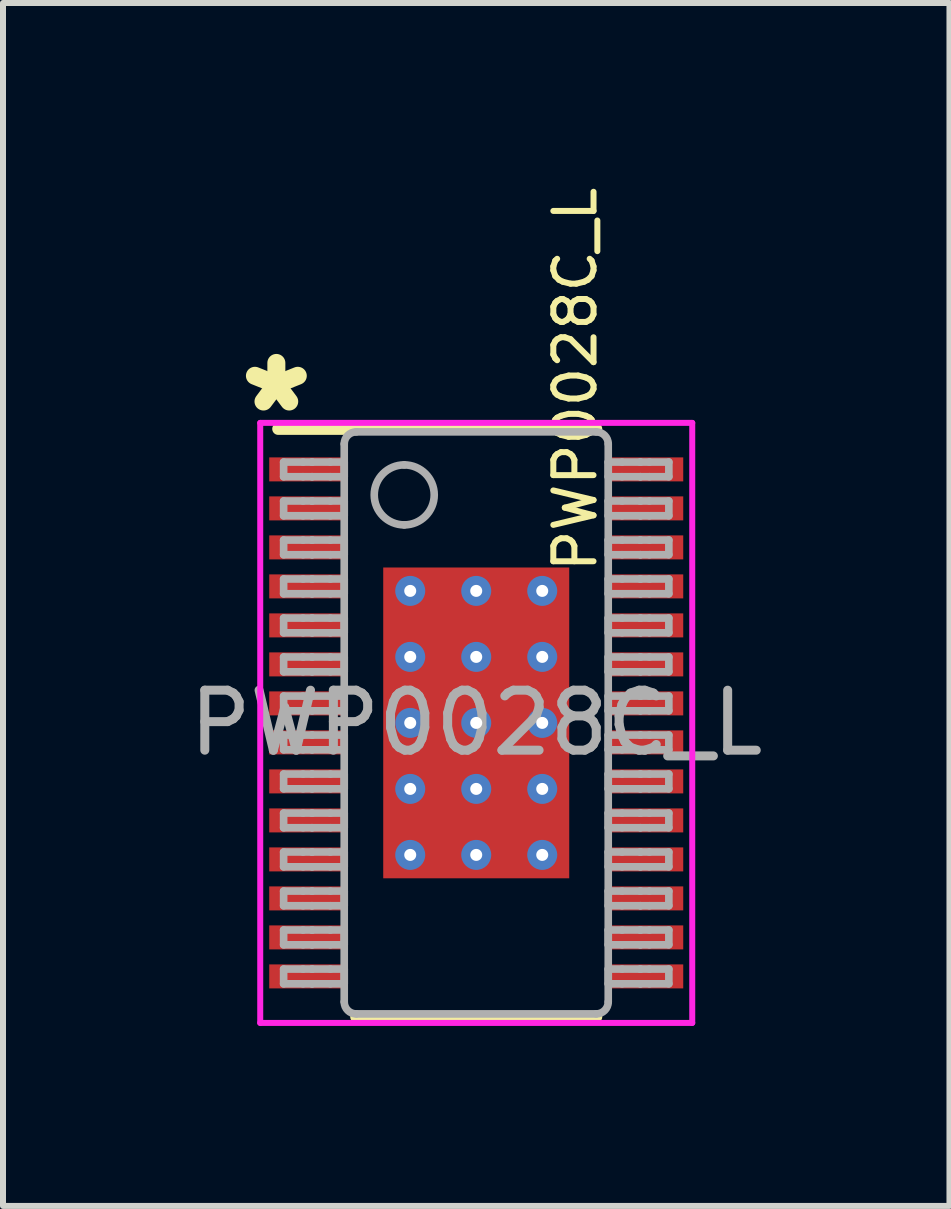
<source format=kicad_pcb>
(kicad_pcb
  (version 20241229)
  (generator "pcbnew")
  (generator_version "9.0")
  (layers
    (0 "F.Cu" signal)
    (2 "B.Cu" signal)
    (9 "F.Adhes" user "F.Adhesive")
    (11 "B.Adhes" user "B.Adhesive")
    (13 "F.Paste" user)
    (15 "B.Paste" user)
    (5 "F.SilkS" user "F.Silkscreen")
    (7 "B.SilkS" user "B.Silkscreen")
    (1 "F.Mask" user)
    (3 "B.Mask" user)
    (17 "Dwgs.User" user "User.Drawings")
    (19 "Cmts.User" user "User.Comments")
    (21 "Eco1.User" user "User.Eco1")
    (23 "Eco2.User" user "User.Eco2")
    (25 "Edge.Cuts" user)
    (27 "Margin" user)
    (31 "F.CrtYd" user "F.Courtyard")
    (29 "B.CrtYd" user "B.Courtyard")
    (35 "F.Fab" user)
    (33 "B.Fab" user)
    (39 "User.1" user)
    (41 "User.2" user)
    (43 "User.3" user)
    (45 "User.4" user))
  (footprint "PWP0028C_L"
    (layer "F.Cu")
    (at 4.887 8.998)
    (property "Reference" "PWP0028C_L" (at 1.65 -5.725 90) (unlocked yes) (layer "F.SilkS") (effects (font (size 0.67 0.67) (thickness 0.1))))
    (attr smd)
    (fp_line (start -3.3 -4.9) (end 2 -4.9) (stroke (width 0.2) (type solid)) (layer "F.SilkS"))
    (fp_line (start -2 4.9) (end 2 4.9) (stroke (width 0.2) (type solid)) (layer "F.SilkS"))
    (fp_line (start -3.6 -5) (end 3.6 -5) (stroke (width 0.1) (type solid)) (layer "F.CrtYd"))
    (fp_line (start -3.6 5) (end -3.6 -5) (stroke (width 0.1) (type solid)) (layer "F.CrtYd"))
    (fp_line (start -3.6 5) (end 3.6 5) (stroke (width 0.1) (type solid)) (layer "F.CrtYd"))
    (fp_line (start 3.6 5) (end 3.6 -5) (stroke (width 0.1) (type solid)) (layer "F.CrtYd"))
    (fp_line (start -3.21 -4.347) (end -2.887 -4.347) (stroke (width 0.127) (type solid)) (layer "F.Fab"))
    (fp_line (start -3.21 -4.103) (end -3.21 -4.347) (stroke (width 0.127) (type solid)) (layer "F.Fab"))
    (fp_line (start -3.21 -4.103) (end -2.887 -4.103) (stroke (width 0.127) (type solid)) (layer "F.Fab"))
    (fp_line (start -3.21 -3.698) (end -2.887 -3.698) (stroke (width 0.127) (type solid)) (layer "F.Fab"))
    (fp_line (start -3.21 -3.452) (end -3.21 -3.698) (stroke (width 0.127) (type solid)) (layer "F.Fab"))
    (fp_line (start -3.21 -3.452) (end -2.887 -3.452) (stroke (width 0.127) (type solid)) (layer "F.Fab"))
    (fp_line (start -3.21 -3.047) (end -2.887 -3.047) (stroke (width 0.127) (type solid)) (layer "F.Fab"))
    (fp_line (start -3.21 -2.803) (end -3.21 -3.047) (stroke (width 0.127) (type solid)) (layer "F.Fab"))
    (fp_line (start -3.21 -2.803) (end -2.887 -2.803) (stroke (width 0.127) (type solid)) (layer "F.Fab"))
    (fp_line (start -3.21 -2.398) (end -2.887 -2.398) (stroke (width 0.127) (type solid)) (layer "F.Fab"))
    (fp_line (start -3.21 -2.152) (end -3.21 -2.398) (stroke (width 0.127) (type solid)) (layer "F.Fab"))
    (fp_line (start -3.21 -2.152) (end -2.887 -2.152) (stroke (width 0.127) (type solid)) (layer "F.Fab"))
    (fp_line (start -3.21 -1.747) (end -2.887 -1.747) (stroke (width 0.127) (type solid)) (layer "F.Fab"))
    (fp_line (start -3.21 -1.502) (end -3.21 -1.747) (stroke (width 0.127) (type solid)) (layer "F.Fab"))
    (fp_line (start -3.21 -1.502) (end -2.887 -1.502) (stroke (width 0.127) (type solid)) (layer "F.Fab"))
    (fp_line (start -3.21 -1.098) (end -2.887 -1.098) (stroke (width 0.127) (type solid)) (layer "F.Fab"))
    (fp_line (start -3.21 -0.852) (end -3.21 -1.098) (stroke (width 0.127) (type solid)) (layer "F.Fab"))
    (fp_line (start -3.21 -0.852) (end -2.887 -0.852) (stroke (width 0.127) (type solid)) (layer "F.Fab"))
    (fp_line (start -3.21 -0.447) (end -2.887 -0.447) (stroke (width 0.127) (type solid)) (layer "F.Fab"))
    (fp_line (start -3.21 -0.202) (end -3.21 -0.447) (stroke (width 0.127) (type solid)) (layer "F.Fab"))
    (fp_line (start -3.21 -0.202) (end -2.887 -0.202) (stroke (width 0.127) (type solid)) (layer "F.Fab"))
    (fp_line (start -3.21 0.203) (end -2.887 0.203) (stroke (width 0.127) (type solid)) (layer "F.Fab"))
    (fp_line (start -3.21 0.448) (end -3.21 0.203) (stroke (width 0.127) (type solid)) (layer "F.Fab"))
    (fp_line (start -3.21 0.448) (end -2.887 0.448) (stroke (width 0.127) (type solid)) (layer "F.Fab"))
    (fp_line (start -3.21 0.853) (end -2.887 0.853) (stroke (width 0.127) (type solid)) (layer "F.Fab"))
    (fp_line (start -3.21 1.098) (end -3.21 0.853) (stroke (width 0.127) (type solid)) (layer "F.Fab"))
    (fp_line (start -3.21 1.098) (end -2.887 1.098) (stroke (width 0.127) (type solid)) (layer "F.Fab"))
    (fp_line (start -3.21 1.503) (end -2.887 1.503) (stroke (width 0.127) (type solid)) (layer "F.Fab"))
    (fp_line (start -3.21 1.747) (end -3.21 1.503) (stroke (width 0.127) (type solid)) (layer "F.Fab"))
    (fp_line (start -3.21 1.747) (end -2.887 1.747) (stroke (width 0.127) (type solid)) (layer "F.Fab"))
    (fp_line (start -3.21 2.152) (end -2.887 2.152) (stroke (width 0.127) (type solid)) (layer "F.Fab"))
    (fp_line (start -3.21 2.398) (end -3.21 2.152) (stroke (width 0.127) (type solid)) (layer "F.Fab"))
    (fp_line (start -3.21 2.398) (end -2.887 2.398) (stroke (width 0.127) (type solid)) (layer "F.Fab"))
    (fp_line (start -3.21 2.803) (end -2.887 2.803) (stroke (width 0.127) (type solid)) (layer "F.Fab"))
    (fp_line (start -3.21 3.047) (end -3.21 2.803) (stroke (width 0.127) (type solid)) (layer "F.Fab"))
    (fp_line (start -3.21 3.047) (end -2.887 3.047) (stroke (width 0.127) (type solid)) (layer "F.Fab"))
    (fp_line (start -3.21 3.452) (end -2.887 3.452) (stroke (width 0.127) (type solid)) (layer "F.Fab"))
    (fp_line (start -3.21 3.698) (end -3.21 3.452) (stroke (width 0.127) (type solid)) (layer "F.Fab"))
    (fp_line (start -3.21 3.698) (end -2.887 3.698) (stroke (width 0.127) (type solid)) (layer "F.Fab"))
    (fp_line (start -3.21 4.103) (end -2.887 4.103) (stroke (width 0.127) (type solid)) (layer "F.Fab"))
    (fp_line (start -3.21 4.348) (end -3.21 4.103) (stroke (width 0.127) (type solid)) (layer "F.Fab"))
    (fp_line (start -3.21 4.348) (end -2.887 4.348) (stroke (width 0.127) (type solid)) (layer "F.Fab"))
    (fp_line (start -2.887 -4.347) (end -2.739 -4.347) (stroke (width 0.127) (type solid)) (layer "F.Fab"))
    (fp_line (start -2.887 -4.103) (end -2.739 -4.103) (stroke (width 0.127) (type solid)) (layer "F.Fab"))
    (fp_line (start -2.887 -3.698) (end -2.739 -3.698) (stroke (width 0.127) (type solid)) (layer "F.Fab"))
    (fp_line (start -2.887 -3.452) (end -2.739 -3.452) (stroke (width 0.127) (type solid)) (layer "F.Fab"))
    (fp_line (start -2.887 -3.047) (end -2.739 -3.047) (stroke (width 0.127) (type solid)) (layer "F.Fab"))
    (fp_line (start -2.887 -2.803) (end -2.739 -2.803) (stroke (width 0.127) (type solid)) (layer "F.Fab"))
    (fp_line (start -2.887 -2.398) (end -2.739 -2.398) (stroke (width 0.127) (type solid)) (layer "F.Fab"))
    (fp_line (start -2.887 -2.152) (end -2.739 -2.152) (stroke (width 0.127) (type solid)) (layer "F.Fab"))
    (fp_line (start -2.887 -1.747) (end -2.739 -1.747) (stroke (width 0.127) (type solid)) (layer "F.Fab"))
    (fp_line (start -2.887 -1.502) (end -2.739 -1.502) (stroke (width 0.127) (type solid)) (layer "F.Fab"))
    (fp_line (start -2.887 -1.098) (end -2.739 -1.098) (stroke (width 0.127) (type solid)) (layer "F.Fab"))
    (fp_line (start -2.887 -0.852) (end -2.739 -0.852) (stroke (width 0.127) (type solid)) (layer "F.Fab"))
    (fp_line (start -2.887 -0.447) (end -2.739 -0.447) (stroke (width 0.127) (type solid)) (layer "F.Fab"))
    (fp_line (start -2.887 -0.202) (end -2.739 -0.202) (stroke (width 0.127) (type solid)) (layer "F.Fab"))
    (fp_line (start -2.887 0.203) (end -2.739 0.203) (stroke (width 0.127) (type solid)) (layer "F.Fab"))
    (fp_line (start -2.887 0.448) (end -2.739 0.448) (stroke (width 0.127) (type solid)) (layer "F.Fab"))
    (fp_line (start -2.887 0.853) (end -2.739 0.853) (stroke (width 0.127) (type solid)) (layer "F.Fab"))
    (fp_line (start -2.887 1.098) (end -2.739 1.098) (stroke (width 0.127) (type solid)) (layer "F.Fab"))
    (fp_line (start -2.887 1.503) (end -2.739 1.503) (stroke (width 0.127) (type solid)) (layer "F.Fab"))
    (fp_line (start -2.887 1.747) (end -2.739 1.747) (stroke (width 0.127) (type solid)) (layer "F.Fab"))
    (fp_line (start -2.887 2.152) (end -2.739 2.152) (stroke (width 0.127) (type solid)) (layer "F.Fab"))
    (fp_line (start -2.887 2.398) (end -2.739 2.398) (stroke (width 0.127) (type solid)) (layer "F.Fab"))
    (fp_line (start -2.887 2.803) (end -2.739 2.803) (stroke (width 0.127) (type solid)) (layer "F.Fab"))
    (fp_line (start -2.887 3.047) (end -2.739 3.047) (stroke (width 0.127) (type solid)) (layer "F.Fab"))
    (fp_line (start -2.887 3.452) (end -2.739 3.452) (stroke (width 0.127) (type solid)) (layer "F.Fab"))
    (fp_line (start -2.887 3.698) (end -2.739 3.698) (stroke (width 0.127) (type solid)) (layer "F.Fab"))
    (fp_line (start -2.887 4.103) (end -2.739 4.103) (stroke (width 0.127) (type solid)) (layer "F.Fab"))
    (fp_line (start -2.887 4.348) (end -2.739 4.348) (stroke (width 0.127) (type solid)) (layer "F.Fab"))
    (fp_line (start -2.739 -4.347) (end -2.733 -4.347) (stroke (width 0.127) (type solid)) (layer "F.Fab"))
    (fp_line (start -2.739 -4.103) (end -2.733 -4.103) (stroke (width 0.127) (type solid)) (layer "F.Fab"))
    (fp_line (start -2.739 -3.698) (end -2.733 -3.698) (stroke (width 0.127) (type solid)) (layer "F.Fab"))
    (fp_line (start -2.739 -3.452) (end -2.733 -3.452) (stroke (width 0.127) (type solid)) (layer "F.Fab"))
    (fp_line (start -2.739 -3.047) (end -2.733 -3.047) (stroke (width 0.127) (type solid)) (layer "F.Fab"))
    (fp_line (start -2.739 -2.803) (end -2.733 -2.803) (stroke (width 0.127) (type solid)) (layer "F.Fab"))
    (fp_line (start -2.739 -2.398) (end -2.733 -2.398) (stroke (width 0.127) (type solid)) (layer "F.Fab"))
    (fp_line (start -2.739 -2.152) (end -2.733 -2.152) (stroke (width 0.127) (type solid)) (layer "F.Fab"))
    (fp_line (start -2.739 -1.747) (end -2.733 -1.747) (stroke (width 0.127) (type solid)) (layer "F.Fab"))
    (fp_line (start -2.739 -1.502) (end -2.733 -1.502) (stroke (width 0.127) (type solid)) (layer "F.Fab"))
    (fp_line (start -2.739 -1.098) (end -2.733 -1.098) (stroke (width 0.127) (type solid)) (layer "F.Fab"))
    (fp_line (start -2.739 -0.852) (end -2.733 -0.852) (stroke (width 0.127) (type solid)) (layer "F.Fab"))
    (fp_line (start -2.739 -0.447) (end -2.733 -0.447) (stroke (width 0.127) (type solid)) (layer "F.Fab"))
    (fp_line (start -2.739 -0.202) (end -2.733 -0.202) (stroke (width 0.127) (type solid)) (layer "F.Fab"))
    (fp_line (start -2.739 0.203) (end -2.733 0.203) (stroke (width 0.127) (type solid)) (layer "F.Fab"))
    (fp_line (start -2.739 0.448) (end -2.733 0.448) (stroke (width 0.127) (type solid)) (layer "F.Fab"))
    (fp_line (start -2.739 0.853) (end -2.733 0.853) (stroke (width 0.127) (type solid)) (layer "F.Fab"))
    (fp_line (start -2.739 1.098) (end -2.733 1.098) (stroke (width 0.127) (type solid)) (layer "F.Fab"))
    (fp_line (start -2.739 1.503) (end -2.733 1.503) (stroke (width 0.127) (type solid)) (layer "F.Fab"))
    (fp_line (start -2.739 1.747) (end -2.733 1.747) (stroke (width 0.127) (type solid)) (layer "F.Fab"))
    (fp_line (start -2.739 2.152) (end -2.733 2.152) (stroke (width 0.127) (type solid)) (layer "F.Fab"))
    (fp_line (start -2.739 2.398) (end -2.733 2.398) (stroke (width 0.127) (type solid)) (layer "F.Fab"))
    (fp_line (start -2.739 2.803) (end -2.733 2.803) (stroke (width 0.127) (type solid)) (layer "F.Fab"))
    (fp_line (start -2.739 3.047) (end -2.733 3.047) (stroke (width 0.127) (type solid)) (layer "F.Fab"))
    (fp_line (start -2.739 3.452) (end -2.733 3.452) (stroke (width 0.127) (type solid)) (layer "F.Fab"))
    (fp_line (start -2.739 3.698) (end -2.733 3.698) (stroke (width 0.127) (type solid)) (layer "F.Fab"))
    (fp_line (start -2.739 4.103) (end -2.733 4.103) (stroke (width 0.127) (type solid)) (layer "F.Fab"))
    (fp_line (start -2.739 4.348) (end -2.733 4.348) (stroke (width 0.127) (type solid)) (layer "F.Fab"))
    (fp_line (start -2.733 -4.347) (end -2.431 -4.347) (stroke (width 0.127) (type solid)) (layer "F.Fab"))
    (fp_line (start -2.733 -4.103) (end -2.431 -4.103) (stroke (width 0.127) (type solid)) (layer "F.Fab"))
    (fp_line (start -2.733 -3.698) (end -2.431 -3.698) (stroke (width 0.127) (type solid)) (layer "F.Fab"))
    (fp_line (start -2.733 -3.452) (end -2.431 -3.452) (stroke (width 0.127) (type solid)) (layer "F.Fab"))
    (fp_line (start -2.733 -3.047) (end -2.431 -3.047) (stroke (width 0.127) (type solid)) (layer "F.Fab"))
    (fp_line (start -2.733 -2.803) (end -2.431 -2.803) (stroke (width 0.127) (type solid)) (layer "F.Fab"))
    (fp_line (start -2.733 -2.398) (end -2.431 -2.398) (stroke (width 0.127) (type solid)) (layer "F.Fab"))
    (fp_line (start -2.733 -2.152) (end -2.431 -2.152) (stroke (width 0.127) (type solid)) (layer "F.Fab"))
    (fp_line (start -2.733 -1.747) (end -2.431 -1.747) (stroke (width 0.127) (type solid)) (layer "F.Fab"))
    (fp_line (start -2.733 -1.502) (end -2.431 -1.502) (stroke (width 0.127) (type solid)) (layer "F.Fab"))
    (fp_line (start -2.733 -1.098) (end -2.431 -1.098) (stroke (width 0.127) (type solid)) (layer "F.Fab"))
    (fp_line (start -2.733 -0.852) (end -2.431 -0.852) (stroke (width 0.127) (type solid)) (layer "F.Fab"))
    (fp_line (start -2.733 -0.447) (end -2.431 -0.447) (stroke (width 0.127) (type solid)) (layer "F.Fab"))
    (fp_line (start -2.733 -0.202) (end -2.431 -0.202) (stroke (width 0.127) (type solid)) (layer "F.Fab"))
    (fp_line (start -2.733 0.203) (end -2.431 0.203) (stroke (width 0.127) (type solid)) (layer "F.Fab"))
    (fp_line (start -2.733 0.448) (end -2.431 0.448) (stroke (width 0.127) (type solid)) (layer "F.Fab"))
    (fp_line (start -2.733 0.853) (end -2.431 0.853) (stroke (width 0.127) (type solid)) (layer "F.Fab"))
    (fp_line (start -2.733 1.098) (end -2.431 1.098) (stroke (width 0.127) (type solid)) (layer "F.Fab"))
    (fp_line (start -2.733 1.503) (end -2.431 1.503) (stroke (width 0.127) (type solid)) (layer "F.Fab"))
    (fp_line (start -2.733 1.747) (end -2.431 1.747) (stroke (width 0.127) (type solid)) (layer "F.Fab"))
    (fp_line (start -2.733 2.152) (end -2.431 2.152) (stroke (width 0.127) (type solid)) (layer "F.Fab"))
    (fp_line (start -2.733 2.398) (end -2.431 2.398) (stroke (width 0.127) (type solid)) (layer "F.Fab"))
    (fp_line (start -2.733 2.803) (end -2.431 2.803) (stroke (width 0.127) (type solid)) (layer "F.Fab"))
    (fp_line (start -2.733 3.047) (end -2.431 3.047) (stroke (width 0.127) (type solid)) (layer "F.Fab"))
    (fp_line (start -2.733 3.452) (end -2.431 3.452) (stroke (width 0.127) (type solid)) (layer "F.Fab"))
    (fp_line (start -2.733 3.698) (end -2.431 3.698) (stroke (width 0.127) (type solid)) (layer "F.Fab"))
    (fp_line (start -2.733 4.103) (end -2.431 4.103) (stroke (width 0.127) (type solid)) (layer "F.Fab"))
    (fp_line (start -2.733 4.348) (end -2.431 4.348) (stroke (width 0.127) (type solid)) (layer "F.Fab"))
    (fp_line (start -2.431 -4.347) (end -2.2 -4.347) (stroke (width 0.127) (type solid)) (layer "F.Fab"))
    (fp_line (start -2.431 -4.103) (end -2.2 -4.103) (stroke (width 0.127) (type solid)) (layer "F.Fab"))
    (fp_line (start -2.431 -3.698) (end -2.2 -3.698) (stroke (width 0.127) (type solid)) (layer "F.Fab"))
    (fp_line (start -2.431 -3.452) (end -2.2 -3.452) (stroke (width 0.127) (type solid)) (layer "F.Fab"))
    (fp_line (start -2.431 -3.047) (end -2.2 -3.047) (stroke (width 0.127) (type solid)) (layer "F.Fab"))
    (fp_line (start -2.431 -2.803) (end -2.2 -2.803) (stroke (width 0.127) (type solid)) (layer "F.Fab"))
    (fp_line (start -2.431 -2.398) (end -2.2 -2.398) (stroke (width 0.127) (type solid)) (layer "F.Fab"))
    (fp_line (start -2.431 -2.152) (end -2.2 -2.152) (stroke (width 0.127) (type solid)) (layer "F.Fab"))
    (fp_line (start -2.431 -1.747) (end -2.2 -1.747) (stroke (width 0.127) (type solid)) (layer "F.Fab"))
    (fp_line (start -2.431 -1.502) (end -2.2 -1.502) (stroke (width 0.127) (type solid)) (layer "F.Fab"))
    (fp_line (start -2.431 -1.098) (end -2.2 -1.098) (stroke (width 0.127) (type solid)) (layer "F.Fab"))
    (fp_line (start -2.431 -0.852) (end -2.2 -0.852) (stroke (width 0.127) (type solid)) (layer "F.Fab"))
    (fp_line (start -2.431 -0.447) (end -2.2 -0.447) (stroke (width 0.127) (type solid)) (layer "F.Fab"))
    (fp_line (start -2.431 -0.202) (end -2.2 -0.202) (stroke (width 0.127) (type solid)) (layer "F.Fab"))
    (fp_line (start -2.431 0.203) (end -2.2 0.203) (stroke (width 0.127) (type solid)) (layer "F.Fab"))
    (fp_line (start -2.431 0.448) (end -2.2 0.448) (stroke (width 0.127) (type solid)) (layer "F.Fab"))
    (fp_line (start -2.431 0.853) (end -2.2 0.853) (stroke (width 0.127) (type solid)) (layer "F.Fab"))
    (fp_line (start -2.431 1.098) (end -2.2 1.098) (stroke (width 0.127) (type solid)) (layer "F.Fab"))
    (fp_line (start -2.431 1.503) (end -2.2 1.503) (stroke (width 0.127) (type solid)) (layer "F.Fab"))
    (fp_line (start -2.431 1.747) (end -2.2 1.747) (stroke (width 0.127) (type solid)) (layer "F.Fab"))
    (fp_line (start -2.431 2.152) (end -2.2 2.152) (stroke (width 0.127) (type solid)) (layer "F.Fab"))
    (fp_line (start -2.431 2.398) (end -2.2 2.398) (stroke (width 0.127) (type solid)) (layer "F.Fab"))
    (fp_line (start -2.431 2.803) (end -2.2 2.803) (stroke (width 0.127) (type solid)) (layer "F.Fab"))
    (fp_line (start -2.431 3.047) (end -2.2 3.047) (stroke (width 0.127) (type solid)) (layer "F.Fab"))
    (fp_line (start -2.431 3.452) (end -2.2 3.452) (stroke (width 0.127) (type solid)) (layer "F.Fab"))
    (fp_line (start -2.431 3.698) (end -2.2 3.698) (stroke (width 0.127) (type solid)) (layer "F.Fab"))
    (fp_line (start -2.431 4.103) (end -2.2 4.103) (stroke (width 0.127) (type solid)) (layer "F.Fab"))
    (fp_line (start -2.431 4.348) (end -2.2 4.348) (stroke (width 0.127) (type solid)) (layer "F.Fab"))
    (fp_line (start -2.2 -4.103) (end -2.2 -4.347) (stroke (width 0.127) (type solid)) (layer "F.Fab"))
    (fp_line (start -2.2 -3.452) (end -2.2 -3.698) (stroke (width 0.127) (type solid)) (layer "F.Fab"))
    (fp_line (start -2.2 -2.803) (end -2.2 -3.047) (stroke (width 0.127) (type solid)) (layer "F.Fab"))
    (fp_line (start -2.2 -2.152) (end -2.2 -2.398) (stroke (width 0.127) (type solid)) (layer "F.Fab"))
    (fp_line (start -2.2 -1.502) (end -2.2 -1.747) (stroke (width 0.127) (type solid)) (layer "F.Fab"))
    (fp_line (start -2.2 -0.852) (end -2.2 -1.098) (stroke (width 0.127) (type solid)) (layer "F.Fab"))
    (fp_line (start -2.2 -0.202) (end -2.2 -0.447) (stroke (width 0.127) (type solid)) (layer "F.Fab"))
    (fp_line (start -2.2 0.448) (end -2.2 0.203) (stroke (width 0.127) (type solid)) (layer "F.Fab"))
    (fp_line (start -2.2 1.098) (end -2.2 0.853) (stroke (width 0.127) (type solid)) (layer "F.Fab"))
    (fp_line (start -2.2 1.747) (end -2.2 1.503) (stroke (width 0.127) (type solid)) (layer "F.Fab"))
    (fp_line (start -2.2 2.398) (end -2.2 2.152) (stroke (width 0.127) (type solid)) (layer "F.Fab"))
    (fp_line (start -2.2 3.047) (end -2.2 2.803) (stroke (width 0.127) (type solid)) (layer "F.Fab"))
    (fp_line (start -2.2 3.698) (end -2.2 3.452) (stroke (width 0.127) (type solid)) (layer "F.Fab"))
    (fp_line (start -2.2 4.348) (end -2.2 4.103) (stroke (width 0.127) (type solid)) (layer "F.Fab"))
    (fp_line (start -2.2 4.65) (end -2.2 -4.65) (stroke (width 0.127) (type solid)) (layer "F.Fab"))
    (fp_line (start -2 -4.85) (end 2 -4.85) (stroke (width 0.127) (type solid)) (layer "F.Fab"))
    (fp_line (start -2 4.85) (end 2 4.85) (stroke (width 0.127) (type solid)) (layer "F.Fab"))
    (fp_line (start 2.2 -4.347) (end 2.43 -4.347) (stroke (width 0.127) (type solid)) (layer "F.Fab"))
    (fp_line (start 2.2 -4.103) (end 2.2 -4.347) (stroke (width 0.127) (type solid)) (layer "F.Fab"))
    (fp_line (start 2.2 -4.103) (end 2.43 -4.103) (stroke (width 0.127) (type solid)) (layer "F.Fab"))
    (fp_line (start 2.2 -3.698) (end 2.43 -3.698) (stroke (width 0.127) (type solid)) (layer "F.Fab"))
    (fp_line (start 2.2 -3.452) (end 2.2 -3.698) (stroke (width 0.127) (type solid)) (layer "F.Fab"))
    (fp_line (start 2.2 -3.452) (end 2.43 -3.452) (stroke (width 0.127) (type solid)) (layer "F.Fab"))
    (fp_line (start 2.2 -3.047) (end 2.43 -3.047) (stroke (width 0.127) (type solid)) (layer "F.Fab"))
    (fp_line (start 2.2 -2.803) (end 2.2 -3.047) (stroke (width 0.127) (type solid)) (layer "F.Fab"))
    (fp_line (start 2.2 -2.803) (end 2.43 -2.803) (stroke (width 0.127) (type solid)) (layer "F.Fab"))
    (fp_line (start 2.2 -2.398) (end 2.43 -2.398) (stroke (width 0.127) (type solid)) (layer "F.Fab"))
    (fp_line (start 2.2 -2.152) (end 2.2 -2.398) (stroke (width 0.127) (type solid)) (layer "F.Fab"))
    (fp_line (start 2.2 -2.152) (end 2.43 -2.152) (stroke (width 0.127) (type solid)) (layer "F.Fab"))
    (fp_line (start 2.2 -1.747) (end 2.43 -1.747) (stroke (width 0.127) (type solid)) (layer "F.Fab"))
    (fp_line (start 2.2 -1.502) (end 2.2 -1.747) (stroke (width 0.127) (type solid)) (layer "F.Fab"))
    (fp_line (start 2.2 -1.502) (end 2.43 -1.502) (stroke (width 0.127) (type solid)) (layer "F.Fab"))
    (fp_line (start 2.2 -1.098) (end 2.43 -1.098) (stroke (width 0.127) (type solid)) (layer "F.Fab"))
    (fp_line (start 2.2 -0.852) (end 2.2 -1.098) (stroke (width 0.127) (type solid)) (layer "F.Fab"))
    (fp_line (start 2.2 -0.852) (end 2.43 -0.852) (stroke (width 0.127) (type solid)) (layer "F.Fab"))
    (fp_line (start 2.2 -0.447) (end 2.43 -0.447) (stroke (width 0.127) (type solid)) (layer "F.Fab"))
    (fp_line (start 2.2 -0.202) (end 2.2 -0.447) (stroke (width 0.127) (type solid)) (layer "F.Fab"))
    (fp_line (start 2.2 -0.202) (end 2.43 -0.202) (stroke (width 0.127) (type solid)) (layer "F.Fab"))
    (fp_line (start 2.2 0.203) (end 2.43 0.203) (stroke (width 0.127) (type solid)) (layer "F.Fab"))
    (fp_line (start 2.2 0.448) (end 2.2 0.203) (stroke (width 0.127) (type solid)) (layer "F.Fab"))
    (fp_line (start 2.2 0.448) (end 2.43 0.448) (stroke (width 0.127) (type solid)) (layer "F.Fab"))
    (fp_line (start 2.2 0.853) (end 2.43 0.853) (stroke (width 0.127) (type solid)) (layer "F.Fab"))
    (fp_line (start 2.2 1.098) (end 2.2 0.853) (stroke (width 0.127) (type solid)) (layer "F.Fab"))
    (fp_line (start 2.2 1.098) (end 2.43 1.098) (stroke (width 0.127) (type solid)) (layer "F.Fab"))
    (fp_line (start 2.2 1.503) (end 2.43 1.503) (stroke (width 0.127) (type solid)) (layer "F.Fab"))
    (fp_line (start 2.2 1.747) (end 2.2 1.503) (stroke (width 0.127) (type solid)) (layer "F.Fab"))
    (fp_line (start 2.2 1.747) (end 2.43 1.747) (stroke (width 0.127) (type solid)) (layer "F.Fab"))
    (fp_line (start 2.2 2.152) (end 2.43 2.152) (stroke (width 0.127) (type solid)) (layer "F.Fab"))
    (fp_line (start 2.2 2.398) (end 2.2 2.152) (stroke (width 0.127) (type solid)) (layer "F.Fab"))
    (fp_line (start 2.2 2.398) (end 2.43 2.398) (stroke (width 0.127) (type solid)) (layer "F.Fab"))
    (fp_line (start 2.2 2.803) (end 2.43 2.803) (stroke (width 0.127) (type solid)) (layer "F.Fab"))
    (fp_line (start 2.2 3.047) (end 2.2 2.803) (stroke (width 0.127) (type solid)) (layer "F.Fab"))
    (fp_line (start 2.2 3.047) (end 2.43 3.047) (stroke (width 0.127) (type solid)) (layer "F.Fab"))
    (fp_line (start 2.2 3.452) (end 2.43 3.452) (stroke (width 0.127) (type solid)) (layer "F.Fab"))
    (fp_line (start 2.2 3.698) (end 2.2 3.452) (stroke (width 0.127) (type solid)) (layer "F.Fab"))
    (fp_line (start 2.2 3.698) (end 2.43 3.698) (stroke (width 0.127) (type solid)) (layer "F.Fab"))
    (fp_line (start 2.2 4.103) (end 2.43 4.103) (stroke (width 0.127) (type solid)) (layer "F.Fab"))
    (fp_line (start 2.2 4.348) (end 2.2 4.103) (stroke (width 0.127) (type solid)) (layer "F.Fab"))
    (fp_line (start 2.2 4.348) (end 2.43 4.348) (stroke (width 0.127) (type solid)) (layer "F.Fab"))
    (fp_line (start 2.2 4.65) (end 2.2 -4.65) (stroke (width 0.127) (type solid)) (layer "F.Fab"))
    (fp_line (start 2.43 -4.347) (end 2.733 -4.347) (stroke (width 0.127) (type solid)) (layer "F.Fab"))
    (fp_line (start 2.43 -4.103) (end 2.733 -4.103) (stroke (width 0.127) (type solid)) (layer "F.Fab"))
    (fp_line (start 2.43 -3.698) (end 2.733 -3.698) (stroke (width 0.127) (type solid)) (layer "F.Fab"))
    (fp_line (start 2.43 -3.452) (end 2.733 -3.452) (stroke (width 0.127) (type solid)) (layer "F.Fab"))
    (fp_line (start 2.43 -3.047) (end 2.733 -3.047) (stroke (width 0.127) (type solid)) (layer "F.Fab"))
    (fp_line (start 2.43 -2.803) (end 2.733 -2.803) (stroke (width 0.127) (type solid)) (layer "F.Fab"))
    (fp_line (start 2.43 -2.398) (end 2.733 -2.398) (stroke (width 0.127) (type solid)) (layer "F.Fab"))
    (fp_line (start 2.43 -2.152) (end 2.733 -2.152) (stroke (width 0.127) (type solid)) (layer "F.Fab"))
    (fp_line (start 2.43 -1.747) (end 2.733 -1.747) (stroke (width 0.127) (type solid)) (layer "F.Fab"))
    (fp_line (start 2.43 -1.502) (end 2.733 -1.502) (stroke (width 0.127) (type solid)) (layer "F.Fab"))
    (fp_line (start 2.43 -1.098) (end 2.733 -1.098) (stroke (width 0.127) (type solid)) (layer "F.Fab"))
    (fp_line (start 2.43 -0.852) (end 2.733 -0.852) (stroke (width 0.127) (type solid)) (layer "F.Fab"))
    (fp_line (start 2.43 -0.447) (end 2.733 -0.447) (stroke (width 0.127) (type solid)) (layer "F.Fab"))
    (fp_line (start 2.43 -0.202) (end 2.733 -0.202) (stroke (width 0.127) (type solid)) (layer "F.Fab"))
    (fp_line (start 2.43 0.203) (end 2.733 0.203) (stroke (width 0.127) (type solid)) (layer "F.Fab"))
    (fp_line (start 2.43 0.448) (end 2.733 0.448) (stroke (width 0.127) (type solid)) (layer "F.Fab"))
    (fp_line (start 2.43 0.853) (end 2.733 0.853) (stroke (width 0.127) (type solid)) (layer "F.Fab"))
    (fp_line (start 2.43 1.098) (end 2.733 1.098) (stroke (width 0.127) (type solid)) (layer "F.Fab"))
    (fp_line (start 2.43 1.503) (end 2.733 1.503) (stroke (width 0.127) (type solid)) (layer "F.Fab"))
    (fp_line (start 2.43 1.747) (end 2.733 1.747) (stroke (width 0.127) (type solid)) (layer "F.Fab"))
    (fp_line (start 2.43 2.152) (end 2.733 2.152) (stroke (width 0.127) (type solid)) (layer "F.Fab"))
    (fp_line (start 2.43 2.398) (end 2.733 2.398) (stroke (width 0.127) (type solid)) (layer "F.Fab"))
    (fp_line (start 2.43 2.803) (end 2.733 2.803) (stroke (width 0.127) (type solid)) (layer "F.Fab"))
    (fp_line (start 2.43 3.047) (end 2.733 3.047) (stroke (width 0.127) (type solid)) (layer "F.Fab"))
    (fp_line (start 2.43 3.452) (end 2.733 3.452) (stroke (width 0.127) (type solid)) (layer "F.Fab"))
    (fp_line (start 2.43 3.698) (end 2.733 3.698) (stroke (width 0.127) (type solid)) (layer "F.Fab"))
    (fp_line (start 2.43 4.103) (end 2.733 4.103) (stroke (width 0.127) (type solid)) (layer "F.Fab"))
    (fp_line (start 2.43 4.348) (end 2.733 4.348) (stroke (width 0.127) (type solid)) (layer "F.Fab"))
    (fp_line (start 2.733 -4.347) (end 2.739 -4.347) (stroke (width 0.127) (type solid)) (layer "F.Fab"))
    (fp_line (start 2.733 -4.103) (end 2.739 -4.103) (stroke (width 0.127) (type solid)) (layer "F.Fab"))
    (fp_line (start 2.733 -3.698) (end 2.739 -3.698) (stroke (width 0.127) (type solid)) (layer "F.Fab"))
    (fp_line (start 2.733 -3.452) (end 2.739 -3.452) (stroke (width 0.127) (type solid)) (layer "F.Fab"))
    (fp_line (start 2.733 -3.047) (end 2.739 -3.047) (stroke (width 0.127) (type solid)) (layer "F.Fab"))
    (fp_line (start 2.733 -2.803) (end 2.739 -2.803) (stroke (width 0.127) (type solid)) (layer "F.Fab"))
    (fp_line (start 2.733 -2.398) (end 2.739 -2.398) (stroke (width 0.127) (type solid)) (layer "F.Fab"))
    (fp_line (start 2.733 -2.152) (end 2.739 -2.152) (stroke (width 0.127) (type solid)) (layer "F.Fab"))
    (fp_line (start 2.733 -1.747) (end 2.739 -1.747) (stroke (width 0.127) (type solid)) (layer "F.Fab"))
    (fp_line (start 2.733 -1.502) (end 2.739 -1.502) (stroke (width 0.127) (type solid)) (layer "F.Fab"))
    (fp_line (start 2.733 -1.098) (end 2.739 -1.098) (stroke (width 0.127) (type solid)) (layer "F.Fab"))
    (fp_line (start 2.733 -0.852) (end 2.739 -0.852) (stroke (width 0.127) (type solid)) (layer "F.Fab"))
    (fp_line (start 2.733 -0.447) (end 2.739 -0.447) (stroke (width 0.127) (type solid)) (layer "F.Fab"))
    (fp_line (start 2.733 -0.202) (end 2.739 -0.202) (stroke (width 0.127) (type solid)) (layer "F.Fab"))
    (fp_line (start 2.733 0.203) (end 2.739 0.203) (stroke (width 0.127) (type solid)) (layer "F.Fab"))
    (fp_line (start 2.733 0.448) (end 2.739 0.448) (stroke (width 0.127) (type solid)) (layer "F.Fab"))
    (fp_line (start 2.733 0.853) (end 2.739 0.853) (stroke (width 0.127) (type solid)) (layer "F.Fab"))
    (fp_line (start 2.733 1.098) (end 2.739 1.098) (stroke (width 0.127) (type solid)) (layer "F.Fab"))
    (fp_line (start 2.733 1.503) (end 2.739 1.503) (stroke (width 0.127) (type solid)) (layer "F.Fab"))
    (fp_line (start 2.733 1.747) (end 2.739 1.747) (stroke (width 0.127) (type solid)) (layer "F.Fab"))
    (fp_line (start 2.733 2.152) (end 2.739 2.152) (stroke (width 0.127) (type solid)) (layer "F.Fab"))
    (fp_line (start 2.733 2.398) (end 2.739 2.398) (stroke (width 0.127) (type solid)) (layer "F.Fab"))
    (fp_line (start 2.733 2.803) (end 2.739 2.803) (stroke (width 0.127) (type solid)) (layer "F.Fab"))
    (fp_line (start 2.733 3.047) (end 2.739 3.047) (stroke (width 0.127) (type solid)) (layer "F.Fab"))
    (fp_line (start 2.733 3.452) (end 2.739 3.452) (stroke (width 0.127) (type solid)) (layer "F.Fab"))
    (fp_line (start 2.733 3.698) (end 2.739 3.698) (stroke (width 0.127) (type solid)) (layer "F.Fab"))
    (fp_line (start 2.733 4.103) (end 2.739 4.103) (stroke (width 0.127) (type solid)) (layer "F.Fab"))
    (fp_line (start 2.733 4.348) (end 2.739 4.348) (stroke (width 0.127) (type solid)) (layer "F.Fab"))
    (fp_line (start 2.739 -4.347) (end 2.887 -4.347) (stroke (width 0.127) (type solid)) (layer "F.Fab"))
    (fp_line (start 2.739 -4.103) (end 2.887 -4.103) (stroke (width 0.127) (type solid)) (layer "F.Fab"))
    (fp_line (start 2.739 -3.698) (end 2.887 -3.698) (stroke (width 0.127) (type solid)) (layer "F.Fab"))
    (fp_line (start 2.739 -3.452) (end 2.887 -3.452) (stroke (width 0.127) (type solid)) (layer "F.Fab"))
    (fp_line (start 2.739 -3.047) (end 2.887 -3.047) (stroke (width 0.127) (type solid)) (layer "F.Fab"))
    (fp_line (start 2.739 -2.803) (end 2.887 -2.803) (stroke (width 0.127) (type solid)) (layer "F.Fab"))
    (fp_line (start 2.739 -2.398) (end 2.887 -2.398) (stroke (width 0.127) (type solid)) (layer "F.Fab"))
    (fp_line (start 2.739 -2.152) (end 2.887 -2.152) (stroke (width 0.127) (type solid)) (layer "F.Fab"))
    (fp_line (start 2.739 -1.747) (end 2.887 -1.747) (stroke (width 0.127) (type solid)) (layer "F.Fab"))
    (fp_line (start 2.739 -1.502) (end 2.887 -1.502) (stroke (width 0.127) (type solid)) (layer "F.Fab"))
    (fp_line (start 2.739 -1.098) (end 2.887 -1.098) (stroke (width 0.127) (type solid)) (layer "F.Fab"))
    (fp_line (start 2.739 -0.852) (end 2.887 -0.852) (stroke (width 0.127) (type solid)) (layer "F.Fab"))
    (fp_line (start 2.739 -0.447) (end 2.887 -0.447) (stroke (width 0.127) (type solid)) (layer "F.Fab"))
    (fp_line (start 2.739 -0.202) (end 2.887 -0.202) (stroke (width 0.127) (type solid)) (layer "F.Fab"))
    (fp_line (start 2.739 0.203) (end 2.887 0.203) (stroke (width 0.127) (type solid)) (layer "F.Fab"))
    (fp_line (start 2.739 0.448) (end 2.887 0.448) (stroke (width 0.127) (type solid)) (layer "F.Fab"))
    (fp_line (start 2.739 0.853) (end 2.887 0.853) (stroke (width 0.127) (type solid)) (layer "F.Fab"))
    (fp_line (start 2.739 1.098) (end 2.887 1.098) (stroke (width 0.127) (type solid)) (layer "F.Fab"))
    (fp_line (start 2.739 1.503) (end 2.887 1.503) (stroke (width 0.127) (type solid)) (layer "F.Fab"))
    (fp_line (start 2.739 1.747) (end 2.887 1.747) (stroke (width 0.127) (type solid)) (layer "F.Fab"))
    (fp_line (start 2.739 2.152) (end 2.887 2.152) (stroke (width 0.127) (type solid)) (layer "F.Fab"))
    (fp_line (start 2.739 2.398) (end 2.887 2.398) (stroke (width 0.127) (type solid)) (layer "F.Fab"))
    (fp_line (start 2.739 2.803) (end 2.887 2.803) (stroke (width 0.127) (type solid)) (layer "F.Fab"))
    (fp_line (start 2.739 3.047) (end 2.887 3.047) (stroke (width 0.127) (type solid)) (layer "F.Fab"))
    (fp_line (start 2.739 3.452) (end 2.887 3.452) (stroke (width 0.127) (type solid)) (layer "F.Fab"))
    (fp_line (start 2.739 3.698) (end 2.887 3.698) (stroke (width 0.127) (type solid)) (layer "F.Fab"))
    (fp_line (start 2.739 4.103) (end 2.887 4.103) (stroke (width 0.127) (type solid)) (layer "F.Fab"))
    (fp_line (start 2.739 4.348) (end 2.887 4.348) (stroke (width 0.127) (type solid)) (layer "F.Fab"))
    (fp_line (start 2.887 -4.347) (end 3.21 -4.347) (stroke (width 0.127) (type solid)) (layer "F.Fab"))
    (fp_line (start 2.887 -4.103) (end 3.21 -4.103) (stroke (width 0.127) (type solid)) (layer "F.Fab"))
    (fp_line (start 2.887 -3.698) (end 3.21 -3.698) (stroke (width 0.127) (type solid)) (layer "F.Fab"))
    (fp_line (start 2.887 -3.452) (end 3.21 -3.452) (stroke (width 0.127) (type solid)) (layer "F.Fab"))
    (fp_line (start 2.887 -3.047) (end 3.21 -3.047) (stroke (width 0.127) (type solid)) (layer "F.Fab"))
    (fp_line (start 2.887 -2.803) (end 3.21 -2.803) (stroke (width 0.127) (type solid)) (layer "F.Fab"))
    (fp_line (start 2.887 -2.398) (end 3.21 -2.398) (stroke (width 0.127) (type solid)) (layer "F.Fab"))
    (fp_line (start 2.887 -2.152) (end 3.21 -2.152) (stroke (width 0.127) (type solid)) (layer "F.Fab"))
    (fp_line (start 2.887 -1.747) (end 3.21 -1.747) (stroke (width 0.127) (type solid)) (layer "F.Fab"))
    (fp_line (start 2.887 -1.502) (end 3.21 -1.502) (stroke (width 0.127) (type solid)) (layer "F.Fab"))
    (fp_line (start 2.887 -1.098) (end 3.21 -1.098) (stroke (width 0.127) (type solid)) (layer "F.Fab"))
    (fp_line (start 2.887 -0.852) (end 3.21 -0.852) (stroke (width 0.127) (type solid)) (layer "F.Fab"))
    (fp_line (start 2.887 -0.447) (end 3.21 -0.447) (stroke (width 0.127) (type solid)) (layer "F.Fab"))
    (fp_line (start 2.887 -0.202) (end 3.21 -0.202) (stroke (width 0.127) (type solid)) (layer "F.Fab"))
    (fp_line (start 2.887 0.203) (end 3.21 0.203) (stroke (width 0.127) (type solid)) (layer "F.Fab"))
    (fp_line (start 2.887 0.448) (end 3.21 0.448) (stroke (width 0.127) (type solid)) (layer "F.Fab"))
    (fp_line (start 2.887 0.853) (end 3.21 0.853) (stroke (width 0.127) (type solid)) (layer "F.Fab"))
    (fp_line (start 2.887 1.098) (end 3.21 1.098) (stroke (width 0.127) (type solid)) (layer "F.Fab"))
    (fp_line (start 2.887 1.503) (end 3.21 1.503) (stroke (width 0.127) (type solid)) (layer "F.Fab"))
    (fp_line (start 2.887 1.747) (end 3.21 1.747) (stroke (width 0.127) (type solid)) (layer "F.Fab"))
    (fp_line (start 2.887 2.152) (end 3.21 2.152) (stroke (width 0.127) (type solid)) (layer "F.Fab"))
    (fp_line (start 2.887 2.398) (end 3.21 2.398) (stroke (width 0.127) (type solid)) (layer "F.Fab"))
    (fp_line (start 2.887 2.803) (end 3.21 2.803) (stroke (width 0.127) (type solid)) (layer "F.Fab"))
    (fp_line (start 2.887 3.047) (end 3.21 3.047) (stroke (width 0.127) (type solid)) (layer "F.Fab"))
    (fp_line (start 2.887 3.452) (end 3.21 3.452) (stroke (width 0.127) (type solid)) (layer "F.Fab"))
    (fp_line (start 2.887 3.698) (end 3.21 3.698) (stroke (width 0.127) (type solid)) (layer "F.Fab"))
    (fp_line (start 2.887 4.103) (end 3.21 4.103) (stroke (width 0.127) (type solid)) (layer "F.Fab"))
    (fp_line (start 2.887 4.348) (end 3.21 4.348) (stroke (width 0.127) (type solid)) (layer "F.Fab"))
    (fp_line (start 3.21 -4.103) (end 3.21 -4.347) (stroke (width 0.127) (type solid)) (layer "F.Fab"))
    (fp_line (start 3.21 -3.452) (end 3.21 -3.698) (stroke (width 0.127) (type solid)) (layer "F.Fab"))
    (fp_line (start 3.21 -2.803) (end 3.21 -3.047) (stroke (width 0.127) (type solid)) (layer "F.Fab"))
    (fp_line (start 3.21 -2.152) (end 3.21 -2.398) (stroke (width 0.127) (type solid)) (layer "F.Fab"))
    (fp_line (start 3.21 -1.502) (end 3.21 -1.747) (stroke (width 0.127) (type solid)) (layer "F.Fab"))
    (fp_line (start 3.21 -0.852) (end 3.21 -1.098) (stroke (width 0.127) (type solid)) (layer "F.Fab"))
    (fp_line (start 3.21 -0.202) (end 3.21 -0.447) (stroke (width 0.127) (type solid)) (layer "F.Fab"))
    (fp_line (start 3.21 0.448) (end 3.21 0.203) (stroke (width 0.127) (type solid)) (layer "F.Fab"))
    (fp_line (start 3.21 1.098) (end 3.21 0.853) (stroke (width 0.127) (type solid)) (layer "F.Fab"))
    (fp_line (start 3.21 1.747) (end 3.21 1.503) (stroke (width 0.127) (type solid)) (layer "F.Fab"))
    (fp_line (start 3.21 2.398) (end 3.21 2.152) (stroke (width 0.127) (type solid)) (layer "F.Fab"))
    (fp_line (start 3.21 3.047) (end 3.21 2.803) (stroke (width 0.127) (type solid)) (layer "F.Fab"))
    (fp_line (start 3.21 3.698) (end 3.21 3.452) (stroke (width 0.127) (type solid)) (layer "F.Fab"))
    (fp_line (start 3.21 4.348) (end 3.21 4.103) (stroke (width 0.127) (type solid)) (layer "F.Fab"))
    (fp_arc (start -2.200001 -4.650001) (mid -2.141422 -4.791422) (end -2.000001 -4.85) (stroke (width 0.127) (type solid)) (layer "F.Fab"))
    (fp_arc (start -2.000001 4.850006) (mid -2.141422 4.791427) (end -2.200001 4.650006) (stroke (width 0.127) (type solid)) (layer "F.Fab"))
    (fp_arc (start -1.200003 -4.299989) (mid -0.700004 -3.79999) (end -1.200003 -3.299991) (stroke (width 0.127) (type solid)) (layer "F.Fab"))
    (fp_arc (start -1.200003 -3.299991) (mid -1.700002 -3.79999) (end -1.200003 -4.299989) (stroke (width 0.127) (type solid)) (layer "F.Fab"))
    (fp_arc (start 1.999991 -4.85) (mid 2.141418 -4.791425) (end 2.199991 -4.650001) (stroke (width 0.127) (type solid)) (layer "F.Fab"))
    (fp_arc (start 2.199991 4.650006) (mid 2.14141 4.79142) (end 1.999991 4.850006) (stroke (width 0.127) (type solid)) (layer "F.Fab"))
    (fp_text user "*" (at -4.1 -4.3 0) (unlocked yes) (layer "F.SilkS") (effects (font (size 1.5 1.5) (thickness 0.3) (bold yes)) (justify left bottom)))
    (fp_text user "${REFERENCE}" (at 0 0 0) (unlocked yes) (layer "F.Fab") (effects (font (size 1 1) (thickness 0.15))))
    (pad "1" smd rect (at -2.85 -4.225 90) (size 0.4 1.2) (layers "F.Cu" "F.Mask" "F.Paste"))
    (pad "2" smd rect (at -2.85 -3.575 90) (size 0.4 1.2) (layers "F.Cu" "F.Mask" "F.Paste"))
    (pad "3" smd rect (at -2.85 -2.925 90) (size 0.4 1.2) (layers "F.Cu" "F.Mask" "F.Paste"))
    (pad "4" smd rect (at -2.85 -2.275 90) (size 0.4 1.2) (layers "F.Cu" "F.Mask" "F.Paste"))
    (pad "5" smd rect (at -2.85 -1.625 90) (size 0.4 1.2) (layers "F.Cu" "F.Mask" "F.Paste"))
    (pad "6" smd rect (at -2.85 -0.975 90) (size 0.4 1.2) (layers "F.Cu" "F.Mask" "F.Paste"))
    (pad "7" smd rect (at -2.85 -0.325 90) (size 0.4 1.2) (layers "F.Cu" "F.Mask" "F.Paste"))
    (pad "8" smd rect (at -2.85 0.325 90) (size 0.4 1.2) (layers "F.Cu" "F.Mask" "F.Paste"))
    (pad "9" smd rect (at -2.85 0.975 90) (size 0.4 1.2) (layers "F.Cu" "F.Mask" "F.Paste"))
    (pad "10" smd rect (at -2.85 1.625 90) (size 0.4 1.2) (layers "F.Cu" "F.Mask" "F.Paste"))
    (pad "11" smd rect (at -2.85 2.275 90) (size 0.4 1.2) (layers "F.Cu" "F.Mask" "F.Paste"))
    (pad "12" smd rect (at -2.85 2.925 90) (size 0.4 1.2) (layers "F.Cu" "F.Mask" "F.Paste"))
    (pad "13" smd rect (at -2.85 3.575 90) (size 0.4 1.2) (layers "F.Cu" "F.Mask" "F.Paste"))
    (pad "14" smd rect (at -2.85 4.225 90) (size 0.4 1.2) (layers "F.Cu" "F.Mask" "F.Paste"))
    (pad "15" smd rect (at 2.85 4.225 90) (size 0.4 1.2) (layers "F.Cu" "F.Mask" "F.Paste"))
    (pad "16" smd rect (at 2.85 3.575 90) (size 0.4 1.2) (layers "F.Cu" "F.Mask" "F.Paste"))
    (pad "17" smd rect (at 2.85 2.925 90) (size 0.4 1.2) (layers "F.Cu" "F.Mask" "F.Paste"))
    (pad "18" smd rect (at 2.85 2.275 90) (size 0.4 1.2) (layers "F.Cu" "F.Mask" "F.Paste"))
    (pad "19" smd rect (at 2.85 1.625 90) (size 0.4 1.2) (layers "F.Cu" "F.Mask" "F.Paste"))
    (pad "20" smd rect (at 2.85 0.975 90) (size 0.4 1.2) (layers "F.Cu" "F.Mask" "F.Paste"))
    (pad "21" smd rect (at 2.85 0.325 90) (size 0.4 1.2) (layers "F.Cu" "F.Mask" "F.Paste"))
    (pad "22" smd rect (at 2.85 -0.325 90) (size 0.4 1.2) (layers "F.Cu" "F.Mask" "F.Paste"))
    (pad "23" smd rect (at 2.85 -0.975 90) (size 0.4 1.2) (layers "F.Cu" "F.Mask" "F.Paste"))
    (pad "24" smd rect (at 2.85 -1.625 90) (size 0.4 1.2) (layers "F.Cu" "F.Mask" "F.Paste"))
    (pad "25" smd rect (at 2.85 -2.275 90) (size 0.4 1.2) (layers "F.Cu" "F.Mask" "F.Paste"))
    (pad "26" smd rect (at 2.85 -2.925 90) (size 0.4 1.2) (layers "F.Cu" "F.Mask" "F.Paste"))
    (pad "27" smd rect (at 2.85 -3.575 90) (size 0.4 1.2) (layers "F.Cu" "F.Mask" "F.Paste"))
    (pad "28" smd rect (at 2.85 -4.225 90) (size 0.4 1.2) (layers "F.Cu" "F.Mask" "F.Paste"))
    (pad "29" thru_hole circle (at -1.1 -2.2) (size 0.5 0.5) (drill 0.2) (layers "*.Cu" "*.Mask"))
    (pad "29" thru_hole circle (at -1.1 -1.1) (size 0.5 0.5) (drill 0.2) (layers "*.Cu" "*.Mask"))
    (pad "29" thru_hole circle (at -1.1 0) (size 0.5 0.5) (drill 0.2) (layers "*.Cu" "*.Mask"))
    (pad "29" thru_hole circle (at -1.1 1.1) (size 0.5 0.5) (drill 0.2) (layers "*.Cu" "*.Mask"))
    (pad "29" thru_hole circle (at -1.1 2.2) (size 0.5 0.5) (drill 0.2) (layers "*.Cu" "*.Mask"))
    (pad "29" thru_hole circle (at 0 -2.2) (size 0.5 0.5) (drill 0.2) (layers "*.Cu" "*.Mask"))
    (pad "29" smd rect (at 0 0) (size 3.1 5.18) (layers "F.Cu" "F.Mask" "F.Paste"))
    (pad "29" thru_hole circle (at 0 2.2) (size 0.5 0.5) (drill 0.2) (layers "*.Cu" "*.Mask"))
    (pad "29" thru_hole circle (at 0.000003 -1.1) (size 0.5 0.5) (drill 0.2) (layers "*.Cu" "*.Mask"))
    (pad "29" thru_hole circle (at 0.000003 0) (size 0.5 0.5) (drill 0.2) (layers "*.Cu" "*.Mask"))
    (pad "29" thru_hole circle (at 0.000003 1.1) (size 0.5 0.5) (drill 0.2) (layers "*.Cu" "*.Mask"))
    (pad "29" thru_hole circle (at 1.1 -2.2) (size 0.5 0.5) (drill 0.2) (layers "*.Cu" "*.Mask"))
    (pad "29" thru_hole circle (at 1.1 -1.1) (size 0.5 0.5) (drill 0.2) (layers "*.Cu" "*.Mask"))
    (pad "29" thru_hole circle (at 1.1 0) (size 0.5 0.5) (drill 0.2) (layers "*.Cu" "*.Mask"))
    (pad "29" thru_hole circle (at 1.1 1.1) (size 0.5 0.5) (drill 0.2) (layers "*.Cu" "*.Mask"))
    (pad "29" thru_hole circle (at 1.1 2.2) (size 0.5 0.5) (drill 0.2) (layers "*.Cu" "*.Mask")))
  (gr_rect
    (start -3 -3)
    (end 12.774 17.048)
    (stroke (width 0.1) (type default))
    (fill no)
    (layer "Edge.Cuts")))
</source>
